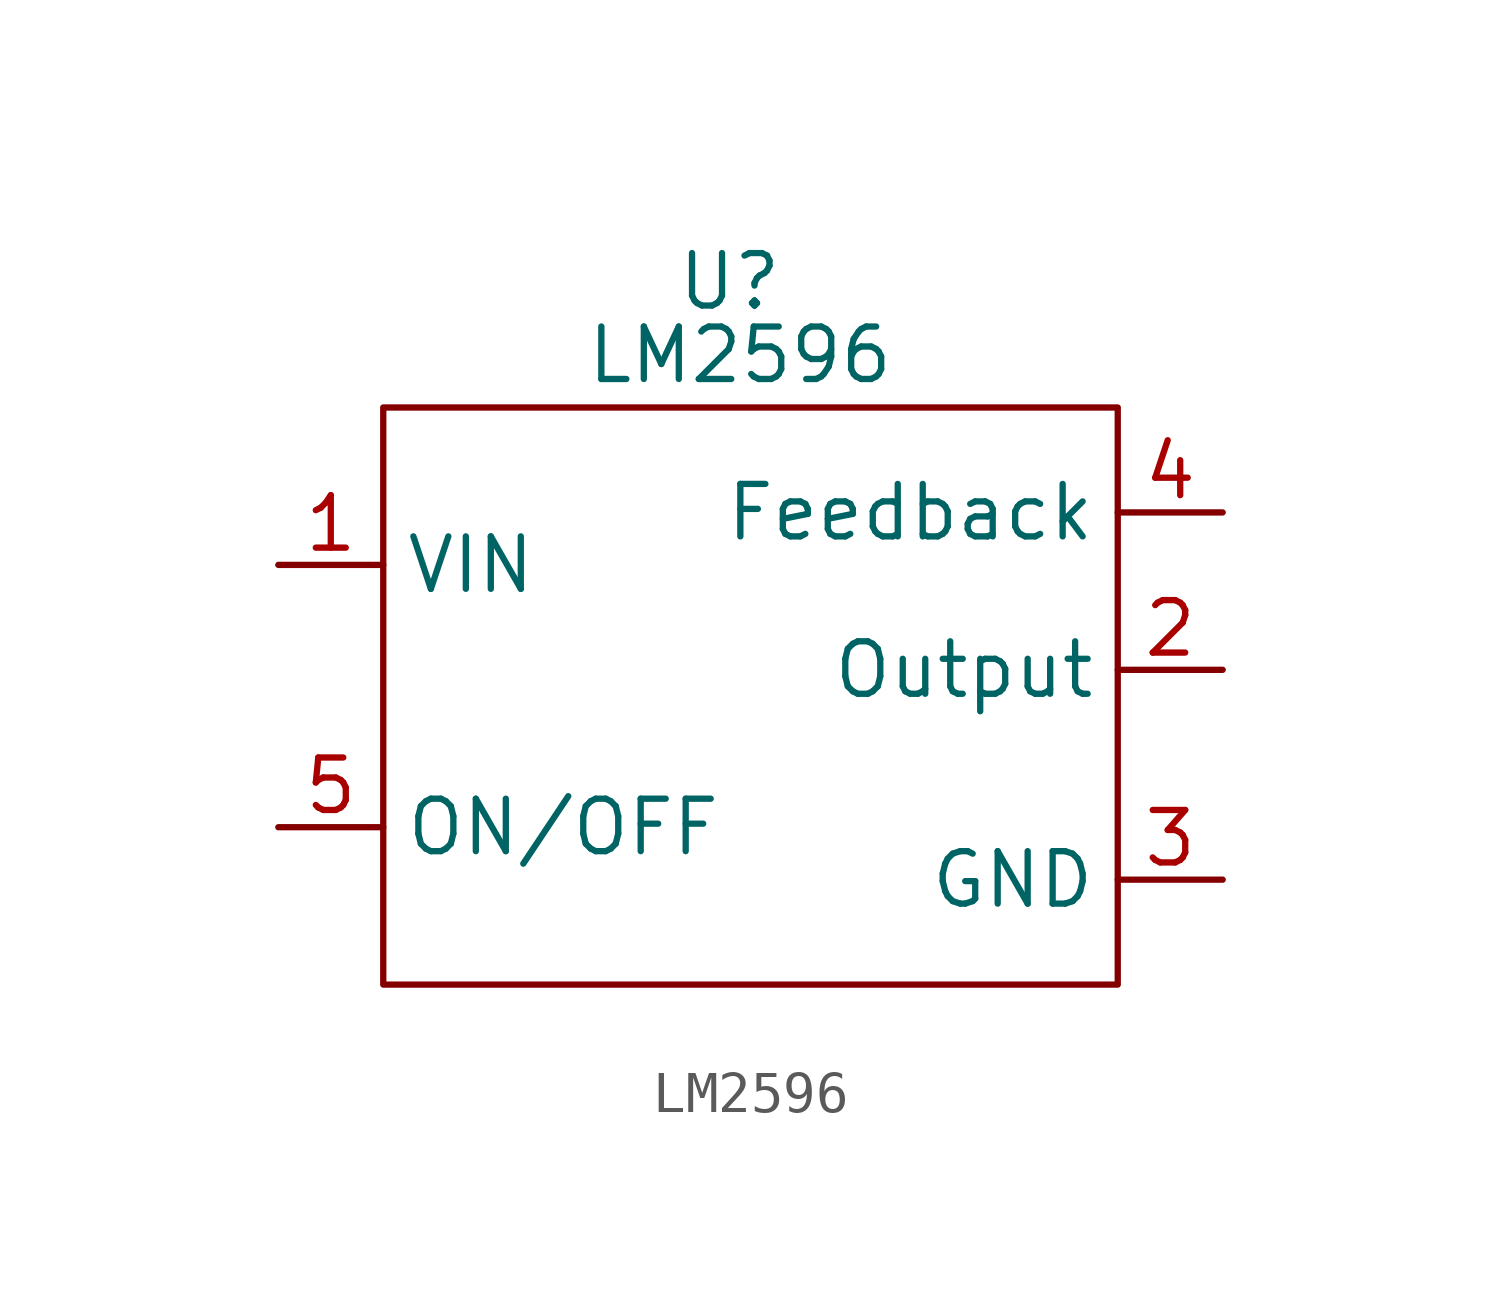
<source format=kicad_sym>
(kicad_symbol_lib
  (version 20231120)
  (generator "kicad_symbol_editor")
  (generator_version "8.0")
  (symbol "LM2596"
    (property "Reference" "U"
      (at 0.762 13.208 0)
      (effects (font (size 1.27 1.27))))
    (property "Value" "LM2596"
      (at 1.016 11.43 0)
      (effects (font (size 1.27 1.27))))
    (symbol "LM2596_0_1"
      (rectangle (start -7.62 10.16) (end 10.16 -3.81) (stroke (width 0) (type default)) (fill (type none))))
    (symbol "LM2596_1_1"
      (pin power_in line (at -10.16 6.35 0) (length 2.54) (name "VIN" (effects (font (size 1.27 1.27)))) (number "1" (effects (font (size 1.27 1.27)))))
      (pin power_out line (at 12.7 3.81 180) (length 2.54) (name "Output" (effects (font (size 1.27 1.27)))) (number "2" (effects (font (size 1.27 1.27)))))
      (pin power_in line (at 12.7 -1.27 180) (length 2.54) (name "GND" (effects (font (size 1.27 1.27)))) (number "3" (effects (font (size 1.27 1.27)))))
      (pin input line (at 12.7 7.62 180) (length 2.54) (name "Feedback" (effects (font (size 1.27 1.27)))) (number "4" (effects (font (size 1.27 1.27)))))
      (pin input line (at -10.16 0 0) (length 2.54) (name "ON/OFF" (effects (font (size 1.27 1.27)))) (number "5" (effects (font (size 1.27 1.27))))))))
</source>
